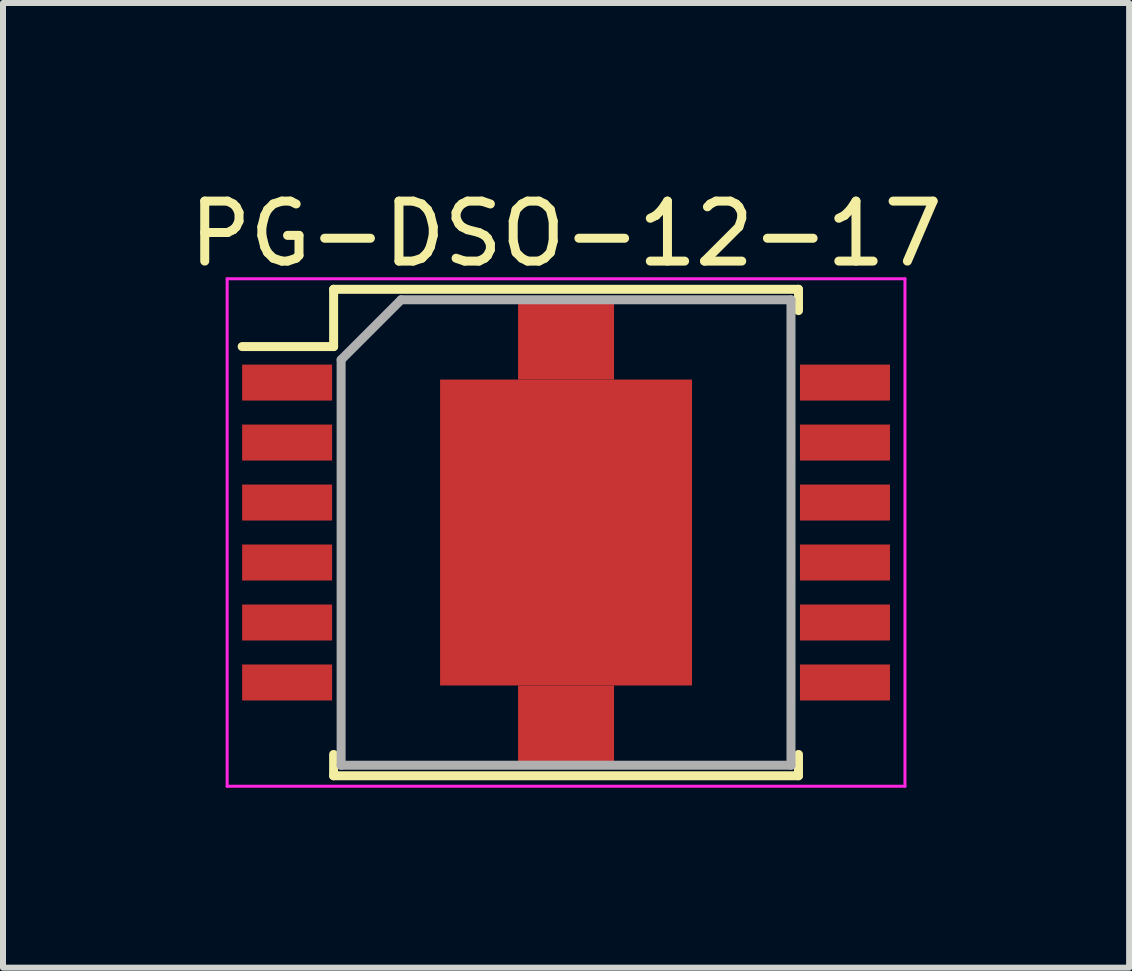
<source format=kicad_pcb>
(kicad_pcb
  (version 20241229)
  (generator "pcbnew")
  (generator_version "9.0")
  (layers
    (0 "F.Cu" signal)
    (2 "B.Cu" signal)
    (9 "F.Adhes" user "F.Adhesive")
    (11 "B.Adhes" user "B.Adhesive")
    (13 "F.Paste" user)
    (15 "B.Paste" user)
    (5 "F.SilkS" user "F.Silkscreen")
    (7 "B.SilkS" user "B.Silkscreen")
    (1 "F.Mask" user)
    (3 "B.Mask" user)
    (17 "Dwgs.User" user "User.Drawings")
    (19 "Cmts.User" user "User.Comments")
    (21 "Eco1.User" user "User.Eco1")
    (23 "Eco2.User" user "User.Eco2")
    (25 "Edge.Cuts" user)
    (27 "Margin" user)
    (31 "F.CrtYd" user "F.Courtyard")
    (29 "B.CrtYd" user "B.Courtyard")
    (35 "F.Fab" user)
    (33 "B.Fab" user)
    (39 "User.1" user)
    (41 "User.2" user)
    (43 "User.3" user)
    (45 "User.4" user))
  (footprint "PG-DSO-12-17"
    (layer "F.Cu")
    (at 6.387 5.828)
    (property "Reference" "PG-DSO-12-17" (at 0 -4.98 0) (layer "F.SilkS") (effects (font (size 1 1) (thickness 0.15))))
    (attr smd)
    (fp_line (start -3.875 -4.055) (end -3.875 -3.1) (stroke (width 0.15) (type solid)) (layer "F.SilkS"))
    (fp_line (start -3.875 -4.055) (end 3.875 -4.055) (stroke (width 0.15) (type solid)) (layer "F.SilkS"))
    (fp_line (start -3.875 -3.1) (end -5.4 -3.1) (stroke (width 0.15) (type solid)) (layer "F.SilkS"))
    (fp_line (start -3.875 4.055) (end -3.875 3.7) (stroke (width 0.15) (type solid)) (layer "F.SilkS"))
    (fp_line (start -3.875 4.055) (end 3.875 4.055) (stroke (width 0.15) (type solid)) (layer "F.SilkS"))
    (fp_line (start 3.875 -4.055) (end 3.875 -3.7) (stroke (width 0.15) (type solid)) (layer "F.SilkS"))
    (fp_line (start 3.875 4.055) (end 3.875 3.7) (stroke (width 0.15) (type solid)) (layer "F.SilkS"))
    (fp_line (start -5.65 -4.23) (end -5.65 4.23) (stroke (width 0.05) (type solid)) (layer "F.CrtYd"))
    (fp_line (start -5.65 -4.23) (end 5.65 -4.23) (stroke (width 0.05) (type solid)) (layer "F.CrtYd"))
    (fp_line (start -5.65 4.23) (end 5.65 4.23) (stroke (width 0.05) (type solid)) (layer "F.CrtYd"))
    (fp_line (start 5.65 -4.23) (end 5.65 4.23) (stroke (width 0.05) (type solid)) (layer "F.CrtYd"))
    (fp_line (start -3.75 -2.88) (end -2.75 -3.88) (stroke (width 0.15) (type solid)) (layer "F.Fab"))
    (fp_line (start -3.75 3.88) (end -3.75 -2.88) (stroke (width 0.15) (type solid)) (layer "F.Fab"))
    (fp_line (start -2.75 -3.88) (end 3.75 -3.88) (stroke (width 0.15) (type solid)) (layer "F.Fab"))
    (fp_line (start 3.75 -3.88) (end 3.75 3.88) (stroke (width 0.15) (type solid)) (layer "F.Fab"))
    (fp_line (start 3.75 3.88) (end -3.75 3.88) (stroke (width 0.15) (type solid)) (layer "F.Fab"))
    (pad "1" smd rect (at -4.65 -2.5) (size 1.5 0.6) (layers "F.Cu" "F.Mask"))
    (pad "2" smd rect (at -4.65 -1.5) (size 1.5 0.6) (layers "F.Cu" "F.Mask"))
    (pad "3" smd rect (at -4.65 -0.5) (size 1.5 0.6) (layers "F.Cu" "F.Mask"))
    (pad "4" smd rect (at -4.65 0.5) (size 1.5 0.6) (layers "F.Cu" "F.Mask"))
    (pad "5" smd rect (at -4.65 1.5) (size 1.5 0.6) (layers "F.Cu" "F.Mask"))
    (pad "6" smd rect (at -4.65 2.5) (size 1.5 0.6) (layers "F.Cu" "F.Mask"))
    (pad "7" smd rect (at 4.65 2.5) (size 1.5 0.6) (layers "F.Cu" "F.Mask"))
    (pad "8" smd rect (at 4.65 1.5) (size 1.5 0.6) (layers "F.Cu" "F.Mask"))
    (pad "9" smd rect (at 4.65 0.5) (size 1.5 0.6) (layers "F.Cu" "F.Mask"))
    (pad "10" smd rect (at 4.65 -0.5) (size 1.5 0.6) (layers "F.Cu" "F.Mask"))
    (pad "11" smd rect (at 4.65 -1.5) (size 1.5 0.6) (layers "F.Cu" "F.Mask"))
    (pad "12" smd rect (at 4.65 -2.5) (size 1.5 0.6) (layers "F.Cu" "F.Mask"))
    (pad "13" smd rect (at 0 -3.225) (size 1.6 1.35) (layers "F.Cu" "F.Mask"))
    (pad "13" smd rect (at 0 0) (size 4.2 5.1) (layers "F.Cu" "F.Mask"))
    (pad "13" smd rect (at 0 3.225) (size 1.6 1.35) (layers "F.Cu" "F.Mask")))
  (gr_rect
    (start -3 -3)
    (end 15.774 13.083)
    (stroke (width 0.1) (type default))
    (fill no)
    (layer "Edge.Cuts")))
</source>
